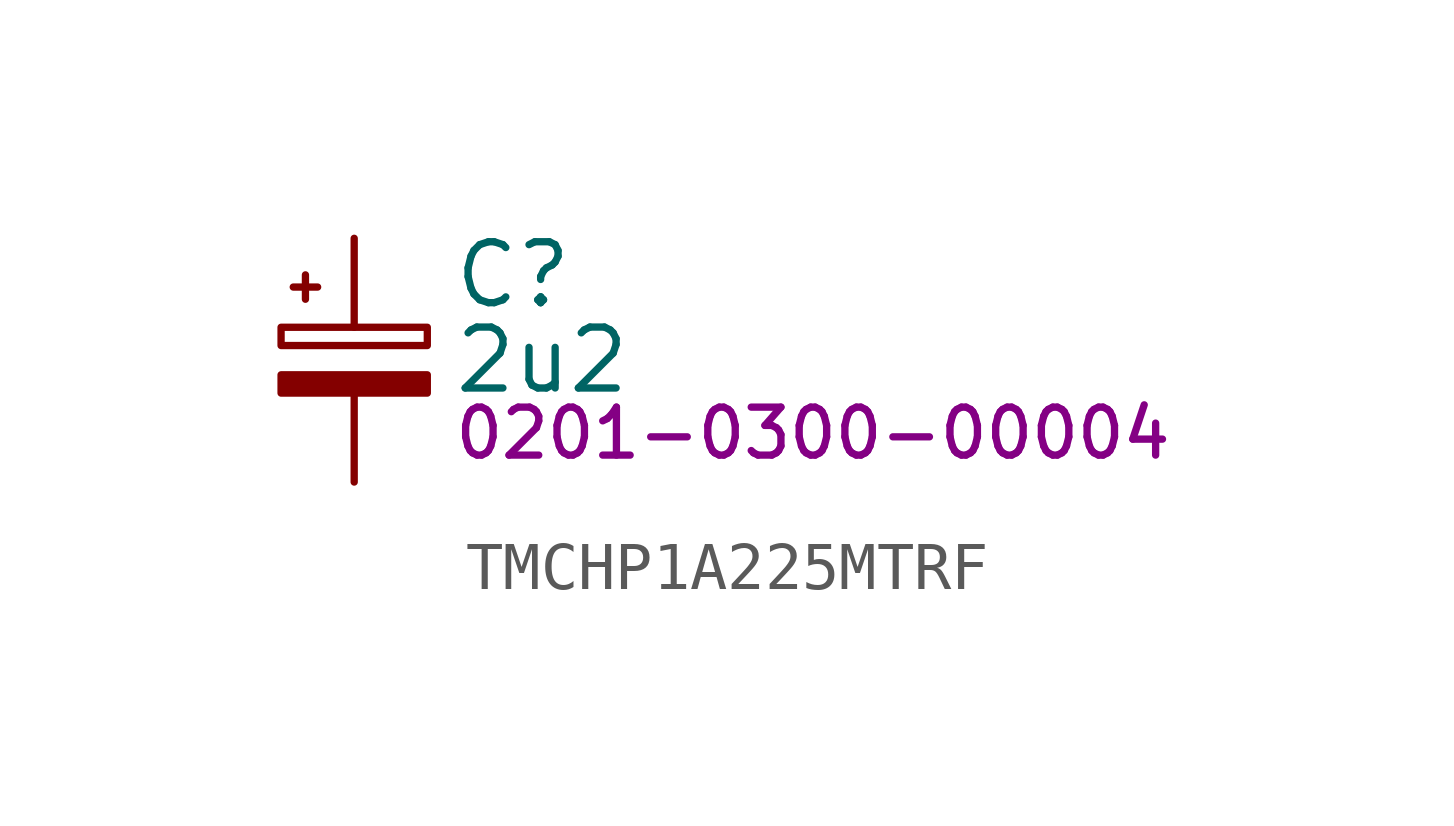
<source format=kicad_sym>
(kicad_symbol_lib
  (version 20231120)
  (generator "kicad_symbol_editor")
  (generator_version "8.0")
  (symbol "TMCHP1A225MTRF"
    (property "Reference" "C"
      (at 2.032 1.778 0)
      (effects (font (size 1.27 1.27)) (justify left)))
    (property "Value" "2u2"
      (at 2.032 0 0)
      (effects (font (size 1.27 1.27)) (justify left)))
    (property "PartNumber" "0201-0300-00004"
      (at 2.032 -1.524 0)
      (effects (font (size 1 1)) (justify left)))
    (symbol "TMCHP1A225MTRF_0_1"
      (rectangle (start -1.524 -0.305) (end 1.524 -0.686) (stroke (width 0) (type default)) (fill (type outline)))
      (rectangle (start -1.524 0.686) (end 1.524 0.305) (stroke (width 0) (type default)) (fill (type none)))
      (polyline (pts (xy -1.27 1.524) (xy -0.762 1.524)) (stroke (width 0) (type default)) (fill (type none)))
      (polyline (pts (xy -1.016 1.27) (xy -1.016 1.778)) (stroke (width 0) (type default)) (fill (type none))))
    (symbol "TMCHP1A225MTRF_1_1"
      (pin passive line (at 0 2.54 270) (length 1.854) (name "~" (effects (font (size 0 0)))) (number "1" (effects (font (size 0 0)))))
      (pin passive line (at 0 -2.54 90) (length 1.854) (name "~" (effects (font (size 0 0)))) (number "2" (effects (font (size 0 0))))))))
</source>
